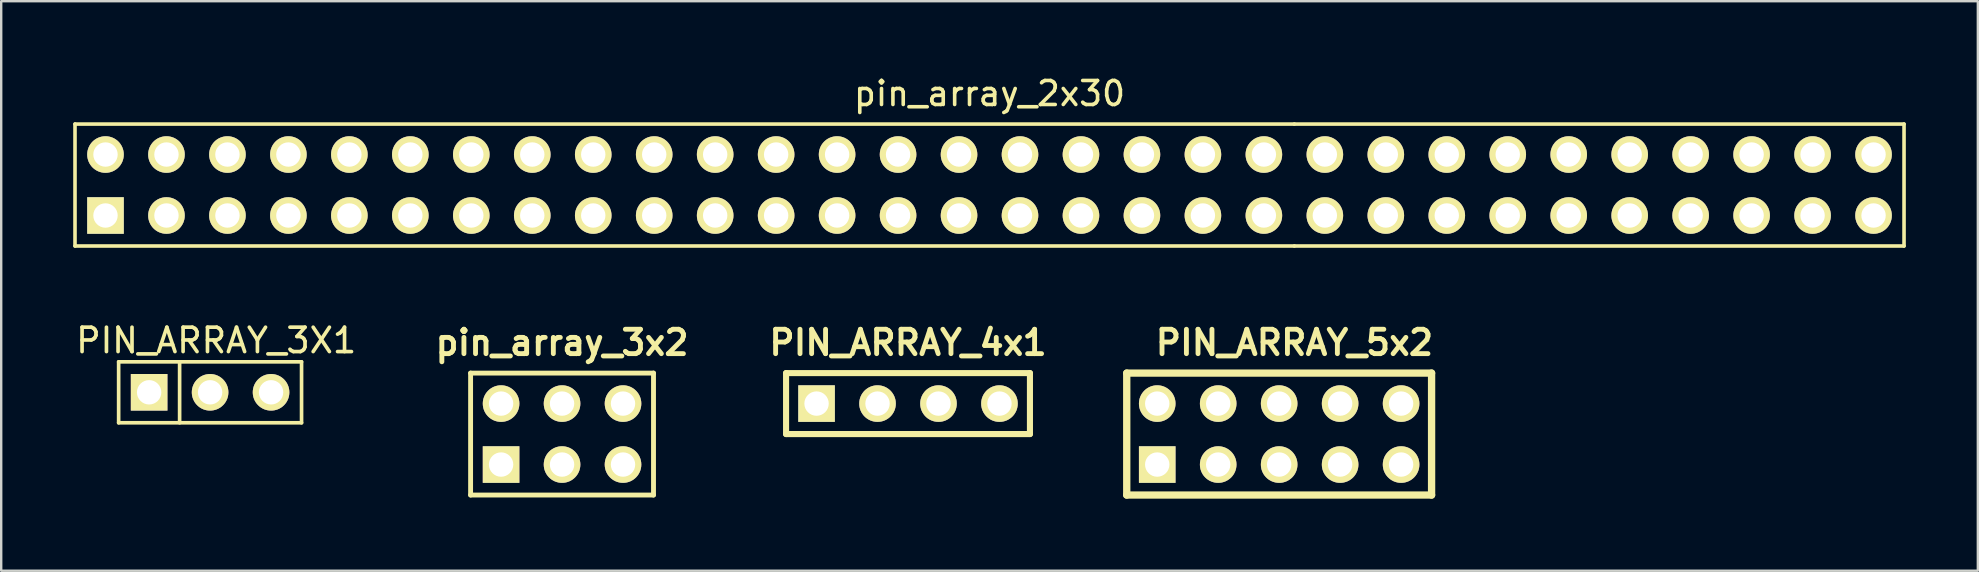
<source format=kicad_pcb>
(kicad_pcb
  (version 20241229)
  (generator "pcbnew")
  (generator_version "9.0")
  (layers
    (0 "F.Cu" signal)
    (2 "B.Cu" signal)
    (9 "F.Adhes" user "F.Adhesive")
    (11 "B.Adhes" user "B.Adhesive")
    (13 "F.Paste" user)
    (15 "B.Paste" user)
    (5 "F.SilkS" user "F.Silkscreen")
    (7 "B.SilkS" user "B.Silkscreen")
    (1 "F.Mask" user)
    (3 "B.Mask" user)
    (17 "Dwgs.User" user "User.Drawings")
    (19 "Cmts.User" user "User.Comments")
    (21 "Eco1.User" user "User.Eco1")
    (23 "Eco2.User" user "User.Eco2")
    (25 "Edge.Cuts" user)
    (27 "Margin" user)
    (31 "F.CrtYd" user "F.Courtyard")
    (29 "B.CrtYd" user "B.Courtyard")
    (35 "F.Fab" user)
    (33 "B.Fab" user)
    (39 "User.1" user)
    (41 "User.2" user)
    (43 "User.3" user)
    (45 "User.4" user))
  (footprint "PIN_ARRAY_5x2"
    (layer "F.Cu")
    (at 50.242 15.034)
    (property "Reference" "PIN_ARRAY_5x2" (at 0.635 -3.81 0) (layer "F.SilkS") (effects (font (size 1.016 1.016) (thickness 0.203))))
    (attr through_hole)
    (fp_line (start -6.35 -2.54) (end 6.35 -2.54) (stroke (width 0.305) (type solid)) (layer "F.SilkS"))
    (fp_line (start -6.35 2.54) (end -6.35 -2.54) (stroke (width 0.305) (type solid)) (layer "F.SilkS"))
    (fp_line (start 6.35 -2.54) (end 6.35 2.54) (stroke (width 0.305) (type solid)) (layer "F.SilkS"))
    (fp_line (start 6.35 2.54) (end -6.35 2.54) (stroke (width 0.305) (type solid)) (layer "F.SilkS"))
    (pad "1" thru_hole rect (at -5.08 1.27) (size 1.524 1.524) (drill 1.016) (layers "*.Cu" "*.Mask" "F.SilkS"))
    (pad "2" thru_hole circle (at -5.08 -1.27) (size 1.524 1.524) (drill 1.016) (layers "*.Cu" "*.Mask" "F.SilkS"))
    (pad "3" thru_hole circle (at -2.54 1.27) (size 1.524 1.524) (drill 1.016) (layers "*.Cu" "*.Mask" "F.SilkS"))
    (pad "4" thru_hole circle (at -2.54 -1.27) (size 1.524 1.524) (drill 1.016) (layers "*.Cu" "*.Mask" "F.SilkS"))
    (pad "5" thru_hole circle (at 0 1.27) (size 1.524 1.524) (drill 1.016) (layers "*.Cu" "*.Mask" "F.SilkS"))
    (pad "6" thru_hole circle (at 0 -1.27) (size 1.524 1.524) (drill 1.016) (layers "*.Cu" "*.Mask" "F.SilkS"))
    (pad "7" thru_hole circle (at 2.54 1.27) (size 1.524 1.524) (drill 1.016) (layers "*.Cu" "*.Mask" "F.SilkS"))
    (pad "8" thru_hole circle (at 2.54 -1.27) (size 1.524 1.524) (drill 1.016) (layers "*.Cu" "*.Mask" "F.SilkS"))
    (pad "9" thru_hole circle (at 5.08 1.27) (size 1.524 1.524) (drill 1.016) (layers "*.Cu" "*.Mask" "F.SilkS"))
    (pad "10" thru_hole circle (at 5.08 -1.27) (size 1.524 1.524) (drill 1.016) (layers "*.Cu" "*.Mask" "F.SilkS")))
  (footprint "pin_array_2x30"
    (layer "F.Cu")
    (at 38.175 4.658)
    (property "Reference" "pin_array_2x30" (at 0 -3.81 0) (layer "F.SilkS") (effects (font (size 1 1) (thickness 0.15))))
    (attr through_hole)
    (fp_line (start -38.1 -2.54) (end -38.1 2.54) (stroke (width 0.15) (type solid)) (layer "F.SilkS"))
    (fp_line (start 12.7 -2.54) (end -38.1 -2.54) (stroke (width 0.15) (type solid)) (layer "F.SilkS"))
    (fp_line (start 12.7 -2.54) (end 38.1 -2.54) (stroke (width 0.15) (type solid)) (layer "F.SilkS"))
    (fp_line (start 12.7 2.54) (end -38.1 2.54) (stroke (width 0.15) (type solid)) (layer "F.SilkS"))
    (fp_line (start 12.7 2.54) (end 38.1 2.54) (stroke (width 0.15) (type solid)) (layer "F.SilkS"))
    (fp_line (start 38.1 -2.54) (end 38.1 2.54) (stroke (width 0.15) (type solid)) (layer "F.SilkS"))
    (pad "1" thru_hole rect (at -36.83 1.27) (size 1.524 1.524) (drill 1.016) (layers "*.Cu" "*.Mask" "F.SilkS"))
    (pad "2" thru_hole circle (at -36.83 -1.27) (size 1.524 1.524) (drill 1.016) (layers "*.Cu" "*.Mask" "F.SilkS"))
    (pad "3" thru_hole circle (at -34.29 1.27) (size 1.524 1.524) (drill 1.016) (layers "*.Cu" "*.Mask" "F.SilkS"))
    (pad "4" thru_hole circle (at -34.29 -1.27) (size 1.524 1.524) (drill 1.016) (layers "*.Cu" "*.Mask" "F.SilkS"))
    (pad "5" thru_hole circle (at -31.75 1.27) (size 1.524 1.524) (drill 1.016) (layers "*.Cu" "*.Mask" "F.SilkS"))
    (pad "6" thru_hole circle (at -31.75 -1.27) (size 1.524 1.524) (drill 1.016) (layers "*.Cu" "*.Mask" "F.SilkS"))
    (pad "7" thru_hole circle (at -29.21 1.27) (size 1.524 1.524) (drill 1.016) (layers "*.Cu" "*.Mask" "F.SilkS"))
    (pad "8" thru_hole circle (at -29.21 -1.27) (size 1.524 1.524) (drill 1.016) (layers "*.Cu" "*.Mask" "F.SilkS"))
    (pad "9" thru_hole circle (at -26.67 1.27) (size 1.524 1.524) (drill 1.016) (layers "*.Cu" "*.Mask" "F.SilkS"))
    (pad "10" thru_hole circle (at -26.67 -1.27) (size 1.524 1.524) (drill 1.016) (layers "*.Cu" "*.Mask" "F.SilkS"))
    (pad "11" thru_hole circle (at -24.13 1.27) (size 1.524 1.524) (drill 1.016) (layers "*.Cu" "*.Mask" "F.SilkS"))
    (pad "12" thru_hole circle (at -24.13 -1.27) (size 1.524 1.524) (drill 1.016) (layers "*.Cu" "*.Mask" "F.SilkS"))
    (pad "13" thru_hole circle (at -21.59 1.27) (size 1.524 1.524) (drill 1.016) (layers "*.Cu" "*.Mask" "F.SilkS"))
    (pad "14" thru_hole circle (at -21.59 -1.27) (size 1.524 1.524) (drill 1.016) (layers "*.Cu" "*.Mask" "F.SilkS"))
    (pad "15" thru_hole circle (at -19.05 1.27) (size 1.524 1.524) (drill 1.016) (layers "*.Cu" "*.Mask" "F.SilkS"))
    (pad "16" thru_hole circle (at -19.05 -1.27) (size 1.524 1.524) (drill 1.016) (layers "*.Cu" "*.Mask" "F.SilkS"))
    (pad "17" thru_hole circle (at -16.51 1.27) (size 1.524 1.524) (drill 1.016) (layers "*.Cu" "*.Mask" "F.SilkS"))
    (pad "18" thru_hole circle (at -16.51 -1.27) (size 1.524 1.524) (drill 1.016) (layers "*.Cu" "*.Mask" "F.SilkS"))
    (pad "19" thru_hole circle (at -13.97 1.27) (size 1.524 1.524) (drill 1.016) (layers "*.Cu" "*.Mask" "F.SilkS"))
    (pad "20" thru_hole circle (at -13.97 -1.27) (size 1.524 1.524) (drill 1.016) (layers "*.Cu" "*.Mask" "F.SilkS"))
    (pad "21" thru_hole circle (at -11.43 1.27) (size 1.524 1.524) (drill 1.016) (layers "*.Cu" "*.Mask" "F.SilkS"))
    (pad "22" thru_hole circle (at -11.43 -1.27) (size 1.524 1.524) (drill 1.016) (layers "*.Cu" "*.Mask" "F.SilkS"))
    (pad "23" thru_hole circle (at -8.89 1.27) (size 1.524 1.524) (drill 1.016) (layers "*.Cu" "*.Mask" "F.SilkS"))
    (pad "24" thru_hole circle (at -8.89 -1.27) (size 1.524 1.524) (drill 1.016) (layers "*.Cu" "*.Mask" "F.SilkS"))
    (pad "25" thru_hole circle (at -6.35 1.27) (size 1.524 1.524) (drill 1.016) (layers "*.Cu" "*.Mask" "F.SilkS"))
    (pad "26" thru_hole circle (at -6.35 -1.27) (size 1.524 1.524) (drill 1.016) (layers "*.Cu" "*.Mask" "F.SilkS"))
    (pad "27" thru_hole circle (at -3.81 1.27) (size 1.524 1.524) (drill 1.016) (layers "*.Cu" "*.Mask" "F.SilkS"))
    (pad "28" thru_hole circle (at -3.81 -1.27) (size 1.524 1.524) (drill 1.016) (layers "*.Cu" "*.Mask" "F.SilkS"))
    (pad "29" thru_hole circle (at -1.27 1.27) (size 1.524 1.524) (drill 1.016) (layers "*.Cu" "*.Mask" "F.SilkS"))
    (pad "30" thru_hole circle (at -1.27 -1.27) (size 1.524 1.524) (drill 1.016) (layers "*.Cu" "*.Mask" "F.SilkS"))
    (pad "31" thru_hole circle (at 1.27 1.27) (size 1.524 1.524) (drill 1.016) (layers "*.Cu" "*.Mask" "F.SilkS"))
    (pad "32" thru_hole circle (at 1.27 -1.27) (size 1.524 1.524) (drill 1.016) (layers "*.Cu" "*.Mask" "F.SilkS"))
    (pad "33" thru_hole circle (at 3.81 1.27) (size 1.524 1.524) (drill 1.016) (layers "*.Cu" "*.Mask" "F.SilkS"))
    (pad "34" thru_hole circle (at 3.81 -1.27) (size 1.524 1.524) (drill 1.016) (layers "*.Cu" "*.Mask" "F.SilkS"))
    (pad "35" thru_hole circle (at 6.35 1.27) (size 1.524 1.524) (drill 1.016) (layers "*.Cu" "*.Mask" "F.SilkS"))
    (pad "36" thru_hole circle (at 6.35 -1.27) (size 1.524 1.524) (drill 1.016) (layers "*.Cu" "*.Mask" "F.SilkS"))
    (pad "37" thru_hole circle (at 8.89 1.27) (size 1.524 1.524) (drill 1.016) (layers "*.Cu" "*.Mask" "F.SilkS"))
    (pad "38" thru_hole circle (at 8.89 -1.27) (size 1.524 1.524) (drill 1.016) (layers "*.Cu" "*.Mask" "F.SilkS"))
    (pad "39" thru_hole circle (at 11.43 1.27) (size 1.524 1.524) (drill 1.016) (layers "*.Cu" "*.Mask" "F.SilkS"))
    (pad "40" thru_hole circle (at 11.43 -1.27) (size 1.524 1.524) (drill 1.016) (layers "*.Cu" "*.Mask" "F.SilkS"))
    (pad "41" thru_hole circle (at 13.97 1.27) (size 1.524 1.524) (drill 1.016) (layers "*.Cu" "*.Mask" "F.SilkS"))
    (pad "42" thru_hole circle (at 13.97 -1.27) (size 1.524 1.524) (drill 1.016) (layers "*.Cu" "*.Mask" "F.SilkS"))
    (pad "43" thru_hole circle (at 16.51 1.27) (size 1.524 1.524) (drill 1.016) (layers "*.Cu" "*.Mask" "F.SilkS"))
    (pad "44" thru_hole circle (at 16.51 -1.27) (size 1.524 1.524) (drill 1.016) (layers "*.Cu" "*.Mask" "F.SilkS"))
    (pad "45" thru_hole circle (at 19.05 1.27) (size 1.524 1.524) (drill 1.016) (layers "*.Cu" "*.Mask" "F.SilkS"))
    (pad "46" thru_hole circle (at 19.05 -1.27) (size 1.524 1.524) (drill 1.016) (layers "*.Cu" "*.Mask" "F.SilkS"))
    (pad "47" thru_hole circle (at 21.59 1.27) (size 1.524 1.524) (drill 1.016) (layers "*.Cu" "*.Mask" "F.SilkS"))
    (pad "48" thru_hole circle (at 21.59 -1.27) (size 1.524 1.524) (drill 1.016) (layers "*.Cu" "*.Mask" "F.SilkS"))
    (pad "49" thru_hole circle (at 24.13 1.27) (size 1.524 1.524) (drill 1.016) (layers "*.Cu" "*.Mask" "F.SilkS"))
    (pad "50" thru_hole circle (at 24.13 -1.27) (size 1.524 1.524) (drill 1.016) (layers "*.Cu" "*.Mask" "F.SilkS"))
    (pad "51" thru_hole circle (at 26.67 1.27) (size 1.524 1.524) (drill 1.016) (layers "*.Cu" "*.Mask" "F.SilkS"))
    (pad "52" thru_hole circle (at 26.67 -1.27) (size 1.524 1.524) (drill 1.016) (layers "*.Cu" "*.Mask" "F.SilkS"))
    (pad "53" thru_hole circle (at 29.21 1.27) (size 1.524 1.524) (drill 1.016) (layers "*.Cu" "*.Mask" "F.SilkS"))
    (pad "54" thru_hole circle (at 29.21 -1.27) (size 1.524 1.524) (drill 1.016) (layers "*.Cu" "*.Mask" "F.SilkS"))
    (pad "55" thru_hole circle (at 31.75 1.27) (size 1.524 1.524) (drill 1.016) (layers "*.Cu" "*.Mask" "F.SilkS"))
    (pad "56" thru_hole circle (at 31.75 -1.27) (size 1.524 1.524) (drill 1.016) (layers "*.Cu" "*.Mask" "F.SilkS"))
    (pad "57" thru_hole circle (at 34.29 1.27) (size 1.524 1.524) (drill 1.016) (layers "*.Cu" "*.Mask" "F.SilkS"))
    (pad "58" thru_hole circle (at 34.29 -1.27) (size 1.524 1.524) (drill 1.016) (layers "*.Cu" "*.Mask" "F.SilkS"))
    (pad "59" thru_hole circle (at 36.83 1.27) (size 1.524 1.524) (drill 1.016) (layers "*.Cu" "*.Mask" "F.SilkS"))
    (pad "60" thru_hole circle (at 36.83 -1.27) (size 1.524 1.524) (drill 1.016) (layers "*.Cu" "*.Mask" "F.SilkS")))
  (footprint "PIN_ARRAY_3X1"
    (layer "F.Cu")
    (at 5.703 13.294)
    (property "Reference" "PIN_ARRAY_3X1" (at 0.254 -2.159 0) (layer "F.SilkS") (effects (font (size 1.016 1.016) (thickness 0.152))))
    (attr through_hole)
    (fp_line (start -3.81 -1.27) (end 3.81 -1.27) (stroke (width 0.152) (type solid)) (layer "F.SilkS"))
    (fp_line (start -3.81 1.27) (end -3.81 -1.27) (stroke (width 0.152) (type solid)) (layer "F.SilkS"))
    (fp_line (start -1.27 -1.27) (end -1.27 1.27) (stroke (width 0.152) (type solid)) (layer "F.SilkS"))
    (fp_line (start 3.81 -1.27) (end 3.81 1.27) (stroke (width 0.152) (type solid)) (layer "F.SilkS"))
    (fp_line (start 3.81 1.27) (end -3.81 1.27) (stroke (width 0.152) (type solid)) (layer "F.SilkS"))
    (pad "1" thru_hole rect (at -2.54 0) (size 1.524 1.524) (drill 1.016) (layers "*.Cu" "*.Mask" "F.SilkS"))
    (pad "2" thru_hole circle (at 0 0) (size 1.524 1.524) (drill 1.016) (layers "*.Cu" "*.Mask" "F.SilkS"))
    (pad "3" thru_hole circle (at 2.54 0) (size 1.524 1.524) (drill 1.016) (layers "*.Cu" "*.Mask" "F.SilkS")))
  (footprint "PIN_ARRAY_4x1"
    (layer "F.Cu")
    (at 34.779 13.764)
    (property "Reference" "PIN_ARRAY_4x1" (at 0 -2.54 0) (layer "F.SilkS") (effects (font (size 1.016 1.016) (thickness 0.203))))
    (attr through_hole)
    (fp_line (start -5.08 -1.27) (end -5.08 1.27) (stroke (width 0.254) (type solid)) (layer "F.SilkS"))
    (fp_line (start 5.08 -1.27) (end -5.08 -1.27) (stroke (width 0.254) (type solid)) (layer "F.SilkS"))
    (fp_line (start 5.08 1.27) (end -5.08 1.27) (stroke (width 0.254) (type solid)) (layer "F.SilkS"))
    (fp_line (start 5.08 1.27) (end 5.08 -1.27) (stroke (width 0.254) (type solid)) (layer "F.SilkS"))
    (pad "1" thru_hole rect (at -3.81 0) (size 1.524 1.524) (drill 1.016) (layers "*.Cu" "*.Mask" "F.SilkS"))
    (pad "2" thru_hole circle (at -1.27 0) (size 1.524 1.524) (drill 1.016) (layers "*.Cu" "*.Mask" "F.SilkS"))
    (pad "3" thru_hole circle (at 1.27 0) (size 1.524 1.524) (drill 1.016) (layers "*.Cu" "*.Mask" "F.SilkS"))
    (pad "4" thru_hole circle (at 3.81 0) (size 1.524 1.524) (drill 1.016) (layers "*.Cu" "*.Mask" "F.SilkS")))
  (footprint "pin_array_3x2"
    (layer "F.Cu")
    (at 20.366 15.034)
    (property "Reference" "pin_array_3x2" (at 0 -3.81 0) (layer "F.SilkS") (effects (font (size 1.016 1.016) (thickness 0.203))))
    (attr through_hole)
    (fp_line (start -3.81 -2.54) (end 3.81 -2.54) (stroke (width 0.203) (type solid)) (layer "F.SilkS"))
    (fp_line (start -3.81 2.54) (end -3.81 -2.54) (stroke (width 0.203) (type solid)) (layer "F.SilkS"))
    (fp_line (start 3.81 -2.54) (end 3.81 2.54) (stroke (width 0.203) (type solid)) (layer "F.SilkS"))
    (fp_line (start 3.81 2.54) (end -3.81 2.54) (stroke (width 0.203) (type solid)) (layer "F.SilkS"))
    (pad "1" thru_hole rect (at -2.54 1.27) (size 1.524 1.524) (drill 1.016) (layers "*.Cu" "*.Mask" "F.SilkS"))
    (pad "2" thru_hole circle (at -2.54 -1.27) (size 1.524 1.524) (drill 1.016) (layers "*.Cu" "*.Mask" "F.SilkS"))
    (pad "3" thru_hole circle (at 0 1.27) (size 1.524 1.524) (drill 1.016) (layers "*.Cu" "*.Mask" "F.SilkS"))
    (pad "4" thru_hole circle (at 0 -1.27) (size 1.524 1.524) (drill 1.016) (layers "*.Cu" "*.Mask" "F.SilkS"))
    (pad "5" thru_hole circle (at 2.54 1.27) (size 1.524 1.524) (drill 1.016) (layers "*.Cu" "*.Mask" "F.SilkS"))
    (pad "6" thru_hole circle (at 2.54 -1.27) (size 1.524 1.524) (drill 1.016) (layers "*.Cu" "*.Mask" "F.SilkS")))
  (gr_rect
    (start -3 -3)
    (end 79.35 20.727)
    (stroke (width 0.1) (type default))
    (fill no)
    (layer "Edge.Cuts")))
</source>
